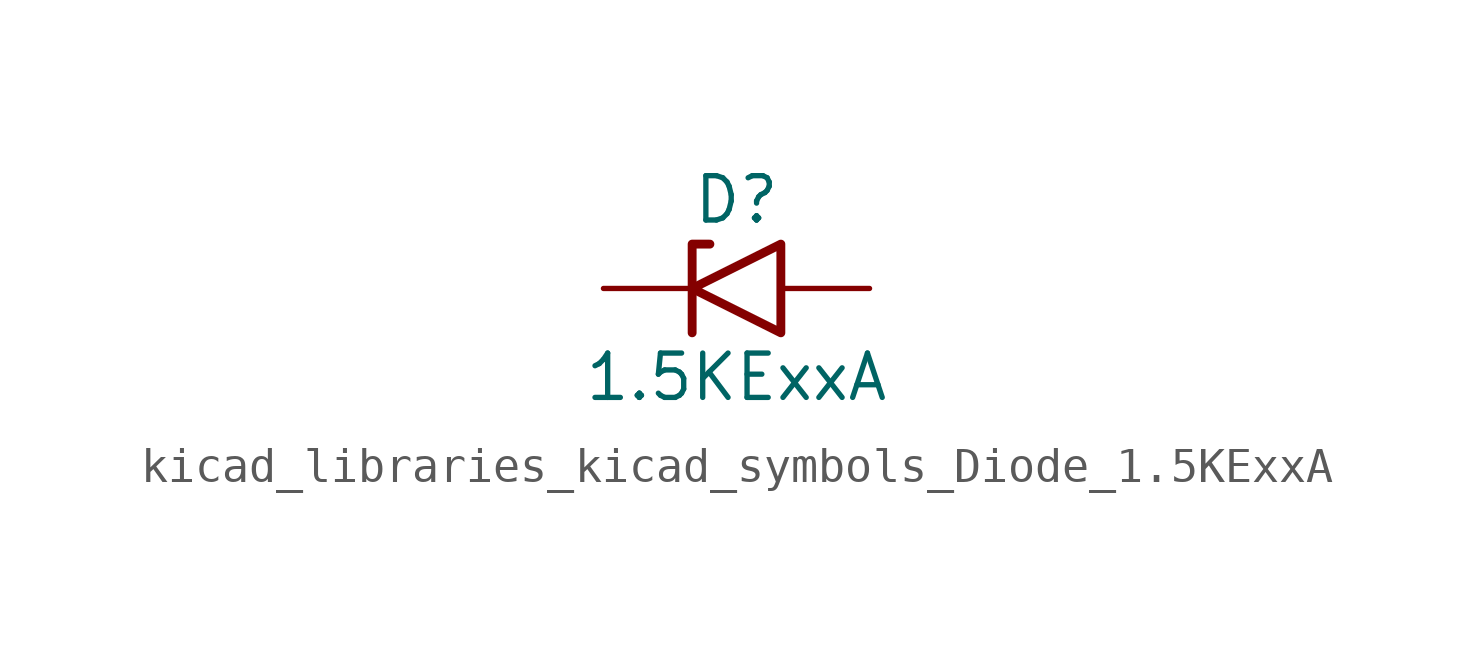
<source format=kicad_sym>
(kicad_symbol_lib
  (version 20220914)
  (generator kicad_symbol_editor)
  (symbol "kicad_libraries_kicad_symbols_Diode_1.5KExxA"
    (pin_numbers hide)
    (pin_names
      (offset 1.016) hide)
    (property "Reference" "D"
      (at 0 2.54 0)
      (effects (font (size 1.27 1.27))))
    (property "Value" "1.5KExxA"
      (at 0 -2.54 0)
      (effects (font (size 1.27 1.27))))
    (symbol "kicad_libraries_kicad_symbols_Diode_1.5KExxA_0_1"
      (polyline (pts (xy -0.762 1.27) (xy -1.27 1.27) (xy -1.27 -1.27)) (stroke (width 0.254) (type default)) (fill (type none)))
      (polyline (pts (xy 1.27 1.27) (xy 1.27 -1.27) (xy -1.27 0) (xy 1.27 1.27)) (stroke (width 0.254) (type default)) (fill (type none))))
    (symbol "kicad_libraries_kicad_symbols_Diode_1.5KExxA_1_1"
      (pin passive line (at -3.81 0 0) (length 2.54) (name "A1" (effects (font (size 1.27 1.27)))) (number "1" (effects (font (size 1.27 1.27)))))
      (pin passive line (at 3.81 0 180) (length 2.54) (name "A2" (effects (font (size 1.27 1.27)))) (number "2" (effects (font (size 1.27 1.27))))))))
</source>
